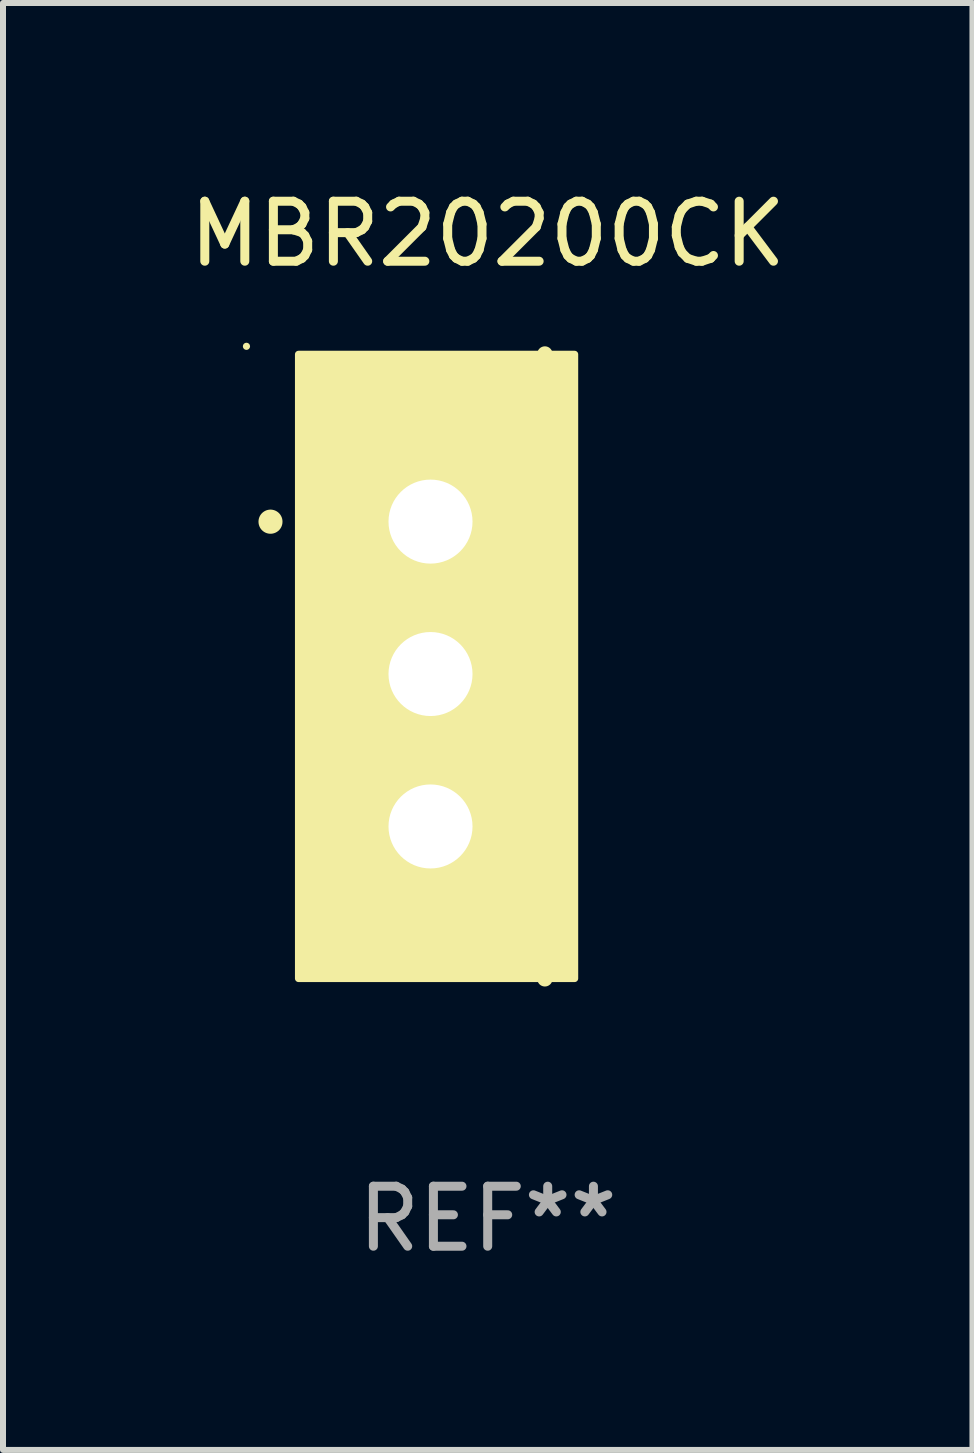
<source format=kicad_pcb>
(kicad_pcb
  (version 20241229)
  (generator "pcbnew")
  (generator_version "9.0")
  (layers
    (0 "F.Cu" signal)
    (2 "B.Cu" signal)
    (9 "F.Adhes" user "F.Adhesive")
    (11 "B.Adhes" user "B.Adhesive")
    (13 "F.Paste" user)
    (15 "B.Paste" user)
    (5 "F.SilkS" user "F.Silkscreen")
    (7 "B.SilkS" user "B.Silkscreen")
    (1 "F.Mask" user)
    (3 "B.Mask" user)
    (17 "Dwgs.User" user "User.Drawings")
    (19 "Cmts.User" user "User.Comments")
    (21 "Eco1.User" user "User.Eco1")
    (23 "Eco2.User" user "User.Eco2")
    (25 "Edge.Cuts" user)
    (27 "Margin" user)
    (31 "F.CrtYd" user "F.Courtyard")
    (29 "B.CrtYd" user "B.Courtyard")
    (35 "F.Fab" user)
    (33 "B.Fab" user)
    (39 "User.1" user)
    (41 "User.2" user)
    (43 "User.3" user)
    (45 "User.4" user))
  (footprint "MBR20200CK"
    (layer "F.Cu")
    (at 5.077 8.055)
    (property "Reference" "MBR20200CK" (at 0 -7.207 0) (layer "F.SilkS") (effects (font (size 1 1) (thickness 0.15))))
    (attr through_hole)
    (fp_line (start 0.953 5.207) (end 0.953 -5.207) (stroke (width 0.254) (type solid)) (layer "F.SilkS"))
    (fp_arc (start -3.619507 -2.410465) (mid -3.619511 -2.411735) (end -3.619507 -2.413005) (stroke (width 0.4) (type solid)) (layer "F.SilkS"))
    (fp_circle (center -4.02 -5.334) (end -3.99 -5.334) (stroke (width 0.06) (type solid)) (fill no) (layer "F.SilkS"))
    (fp_poly (pts (xy -3.152 -5.2) (xy 1.448 -5.2) (xy 1.448 5.2) (xy -3.152 5.2)) (stroke (width 0.12) (type solid)) (fill yes) (layer "F.SilkS"))
    (fp_text user "REF**" (at 0 9.207 0) (layer "F.Fab") (effects (font (size 1 1) (thickness 0.15))))
    (pad "1" thru_hole rect (at -0.953 -2.413 270) (size 2 2.5) (drill 1.4) (layers "*.Cu" "*.Mask"))
    (pad "2" thru_hole oval (at -0.953 0.127 270) (size 2 2.5) (drill 1.4) (layers "*.Cu" "*.Mask"))
    (pad "3" thru_hole oval (at -0.953 2.667 270) (size 2 2.5) (drill 1.4) (layers "*.Cu" "*.Mask")))
  (gr_rect
    (start -3 -3)
    (end 13.155 21.111)
    (stroke (width 0.1) (type default))
    (fill no)
    (layer "Edge.Cuts")))
</source>
